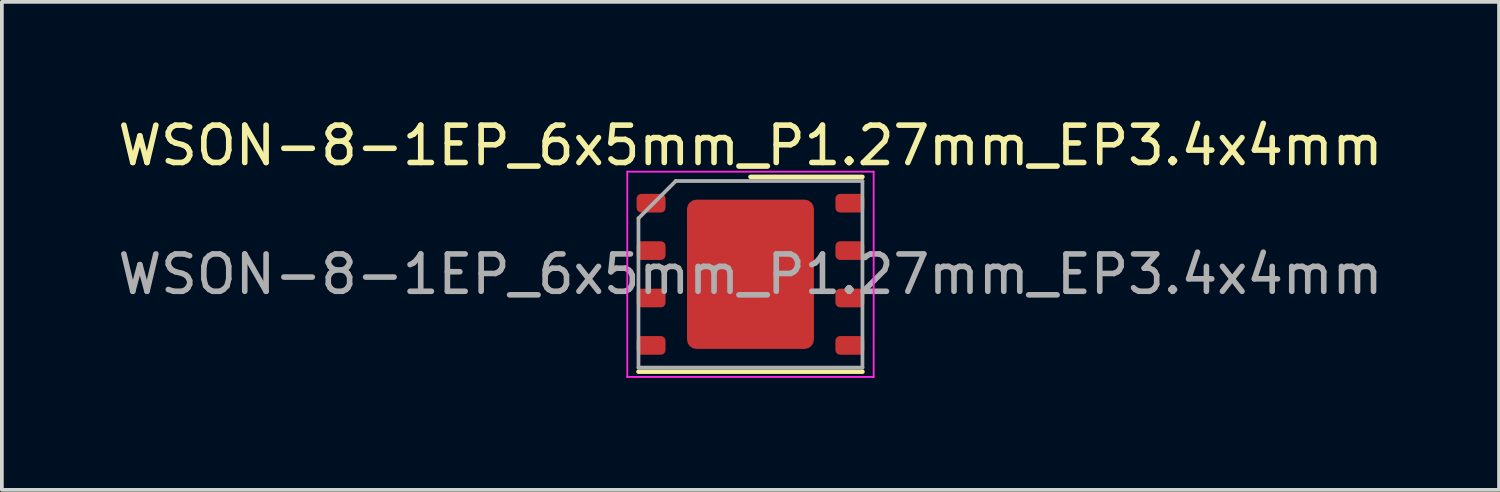
<source format=kicad_pcb>
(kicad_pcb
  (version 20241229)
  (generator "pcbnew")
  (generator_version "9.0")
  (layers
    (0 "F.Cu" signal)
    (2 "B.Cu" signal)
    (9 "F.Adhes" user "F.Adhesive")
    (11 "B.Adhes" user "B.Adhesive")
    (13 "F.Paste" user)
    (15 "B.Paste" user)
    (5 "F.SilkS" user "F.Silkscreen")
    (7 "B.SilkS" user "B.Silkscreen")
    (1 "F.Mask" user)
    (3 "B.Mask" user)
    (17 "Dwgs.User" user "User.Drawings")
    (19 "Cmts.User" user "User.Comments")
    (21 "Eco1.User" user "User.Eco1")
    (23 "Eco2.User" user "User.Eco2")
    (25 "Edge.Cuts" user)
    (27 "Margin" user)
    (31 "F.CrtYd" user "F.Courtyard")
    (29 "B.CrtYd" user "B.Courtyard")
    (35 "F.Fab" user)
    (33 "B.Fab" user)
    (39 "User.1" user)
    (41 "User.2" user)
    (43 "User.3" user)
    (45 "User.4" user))
  (footprint "WSON-8-1EP_6x5mm_P1.27mm_EP3.4x4mm"
    (layer "F.Cu")
    (at 17.054 4.298)
    (property "Reference" "WSON-8-1EP_6x5mm_P1.27mm_EP3.4x4mm" (at 0 -3.45 0) (layer "F.SilkS") (effects (font (size 1 1) (thickness 0.15))))
    (attr smd)
    (fp_line (start -3 2.61) (end 3 2.61) (stroke (width 0.12) (type solid)) (layer "F.SilkS"))
    (fp_line (start 0 -2.61) (end 3 -2.61) (stroke (width 0.12) (type solid)) (layer "F.SilkS"))
    (fp_line (start -3.3 -2.75) (end -3.3 2.75) (stroke (width 0.05) (type solid)) (layer "F.CrtYd"))
    (fp_line (start -3.3 2.75) (end 3.3 2.75) (stroke (width 0.05) (type solid)) (layer "F.CrtYd"))
    (fp_line (start 3.3 -2.75) (end -3.3 -2.75) (stroke (width 0.05) (type solid)) (layer "F.CrtYd"))
    (fp_line (start 3.3 2.75) (end 3.3 -2.75) (stroke (width 0.05) (type solid)) (layer "F.CrtYd"))
    (fp_line (start -3 -1.5) (end -2 -2.5) (stroke (width 0.1) (type solid)) (layer "F.Fab"))
    (fp_line (start -3 2.5) (end -3 -1.5) (stroke (width 0.1) (type solid)) (layer "F.Fab"))
    (fp_line (start -2 -2.5) (end 3 -2.5) (stroke (width 0.1) (type solid)) (layer "F.Fab"))
    (fp_line (start 3 -2.5) (end 3 2.5) (stroke (width 0.1) (type solid)) (layer "F.Fab"))
    (fp_line (start 3 2.5) (end -3 2.5) (stroke (width 0.1) (type solid)) (layer "F.Fab"))
    (fp_text user "${REFERENCE}" (at 0 0 0) (layer "F.Fab") (effects (font (size 1 1) (thickness 0.15))))
    (pad "" smd roundrect (at -0.85 -1) (size 1.37 1.61) (layers "F.Paste") (roundrect_rratio 0.182))
    (pad "" smd roundrect (at -0.85 1) (size 1.37 1.61) (layers "F.Paste") (roundrect_rratio 0.182))
    (pad "" smd roundrect (at 0.85 -1) (size 1.37 1.61) (layers "F.Paste") (roundrect_rratio 0.182))
    (pad "" smd roundrect (at 0.85 1) (size 1.37 1.61) (layers "F.Paste") (roundrect_rratio 0.182))
    (pad "1" smd roundrect (at -2.663 -1.905) (size 0.775 0.5) (layers "F.Cu" "F.Mask" "F.Paste") (roundrect_rratio 0.25))
    (pad "2" smd roundrect (at -2.663 -0.635) (size 0.775 0.5) (layers "F.Cu" "F.Mask" "F.Paste") (roundrect_rratio 0.25))
    (pad "3" smd roundrect (at -2.663 0.635) (size 0.775 0.5) (layers "F.Cu" "F.Mask" "F.Paste") (roundrect_rratio 0.25))
    (pad "4" smd roundrect (at -2.663 1.905) (size 0.775 0.5) (layers "F.Cu" "F.Mask" "F.Paste") (roundrect_rratio 0.25))
    (pad "5" smd roundrect (at 2.663 1.905) (size 0.775 0.5) (layers "F.Cu" "F.Mask" "F.Paste") (roundrect_rratio 0.25))
    (pad "6" smd roundrect (at 2.663 0.635) (size 0.775 0.5) (layers "F.Cu" "F.Mask" "F.Paste") (roundrect_rratio 0.25))
    (pad "7" smd roundrect (at 2.663 -0.635) (size 0.775 0.5) (layers "F.Cu" "F.Mask" "F.Paste") (roundrect_rratio 0.25))
    (pad "8" smd roundrect (at 2.663 -1.905) (size 0.775 0.5) (layers "F.Cu" "F.Mask" "F.Paste") (roundrect_rratio 0.25))
    (pad "9" smd roundrect (at 0 0) (size 3.4 4) (layers "F.Cu" "F.Mask") (roundrect_rratio 0.074)))
  (gr_rect
    (start -3 -3)
    (end 37.107 10.073)
    (stroke (width 0.1) (type default))
    (fill no)
    (layer "Edge.Cuts")))
</source>
